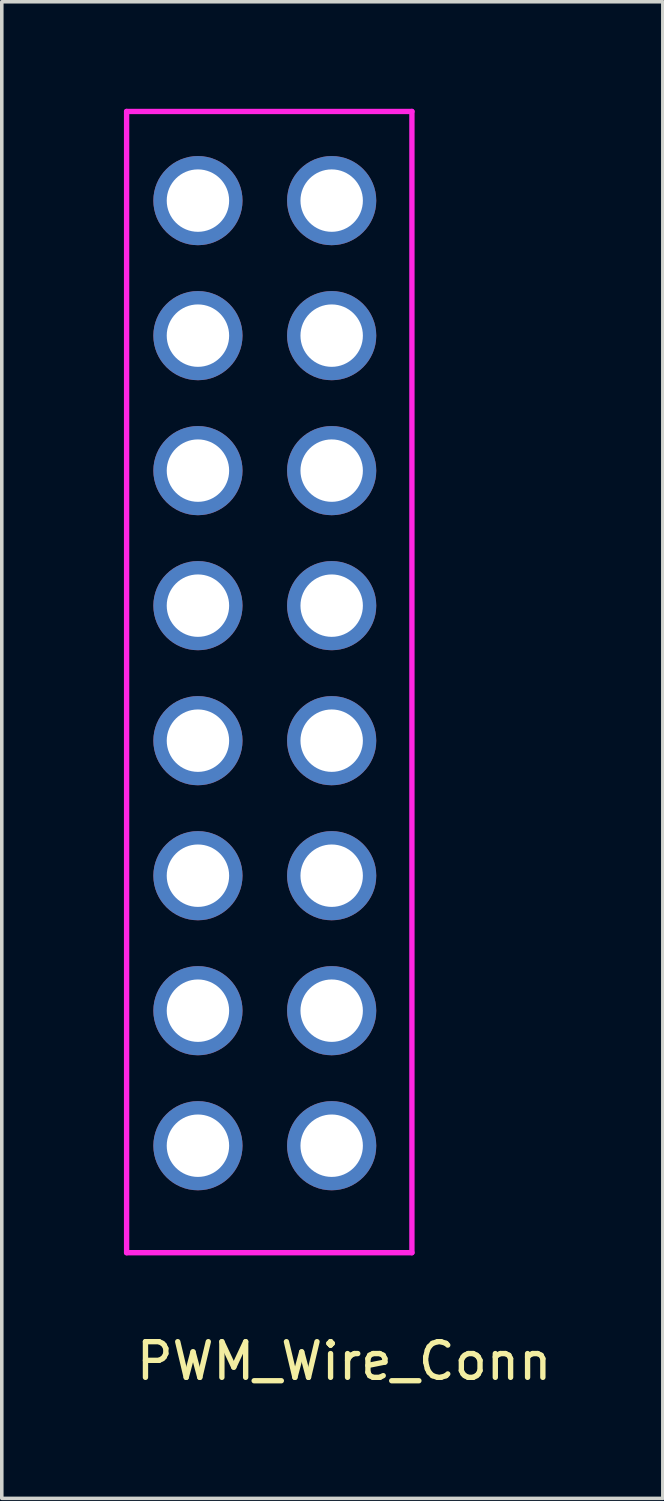
<source format=kicad_pcb>
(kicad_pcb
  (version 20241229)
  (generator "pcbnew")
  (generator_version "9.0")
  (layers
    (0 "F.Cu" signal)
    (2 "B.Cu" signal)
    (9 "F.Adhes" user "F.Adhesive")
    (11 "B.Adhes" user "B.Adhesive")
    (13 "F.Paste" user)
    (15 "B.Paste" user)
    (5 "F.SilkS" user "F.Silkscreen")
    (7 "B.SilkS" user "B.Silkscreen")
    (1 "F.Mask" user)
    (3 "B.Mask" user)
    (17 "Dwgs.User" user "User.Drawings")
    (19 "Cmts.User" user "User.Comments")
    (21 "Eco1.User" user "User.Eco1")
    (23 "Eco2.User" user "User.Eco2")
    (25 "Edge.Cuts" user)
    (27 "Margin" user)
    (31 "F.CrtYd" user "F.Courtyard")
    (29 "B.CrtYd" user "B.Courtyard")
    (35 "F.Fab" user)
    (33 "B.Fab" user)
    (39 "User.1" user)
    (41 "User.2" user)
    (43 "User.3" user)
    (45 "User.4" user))
  (footprint "PWM_Wire_Conn"
    (layer "F.Cu")
    (at 0.25 32.075)
    (property "Reference" "PWM_Wire_Conn" (at 6.35 3.04 0) (layer "F.SilkS") (effects (font (size 1 1) (thickness 0.15))))
    (attr through_hole)
    (fp_line (start 0.25 -32) (end 8.25 -32) (stroke (width 0.15) (type solid)) (layer "F.CrtYd"))
    (fp_line (start 0.25 0) (end 0.25 -32) (stroke (width 0.15) (type solid)) (layer "F.CrtYd"))
    (fp_line (start 8.25 -32) (end 8.25 0) (stroke (width 0.15) (type solid)) (layer "F.CrtYd"))
    (fp_line (start 8.25 0) (end 0.25 0) (stroke (width 0.15) (type solid)) (layer "F.CrtYd"))
    (pad "1" thru_hole circle (at 2.25 -29.5) (size 2.5 2.5) (drill 1.75) (layers "*.Cu" "*.Mask"))
    (pad "2" thru_hole circle (at 2.25 -25.714) (size 2.5 2.5) (drill 1.75) (layers "*.Cu" "*.Mask"))
    (pad "3" thru_hole circle (at 2.25 -21.929) (size 2.5 2.5) (drill 1.75) (layers "*.Cu" "*.Mask"))
    (pad "4" thru_hole circle (at 2.25 -18.143) (size 2.5 2.5) (drill 1.75) (layers "*.Cu" "*.Mask"))
    (pad "5" thru_hole circle (at 2.25 -14.357) (size 2.5 2.5) (drill 1.75) (layers "*.Cu" "*.Mask"))
    (pad "6" thru_hole circle (at 2.25 -10.571) (size 2.5 2.5) (drill 1.75) (layers "*.Cu" "*.Mask"))
    (pad "7" thru_hole circle (at 2.25 -6.786) (size 2.5 2.5) (drill 1.75) (layers "*.Cu" "*.Mask"))
    (pad "8" thru_hole circle (at 2.25 -3) (size 2.5 2.5) (drill 1.75) (layers "*.Cu" "*.Mask"))
    (pad "9" thru_hole circle (at 6 -29.5) (size 2.5 2.5) (drill 1.75) (layers "*.Cu" "*.Mask"))
    (pad "10" thru_hole circle (at 6 -25.714) (size 2.5 2.5) (drill 1.75) (layers "*.Cu" "*.Mask"))
    (pad "11" thru_hole circle (at 6 -21.929) (size 2.5 2.5) (drill 1.75) (layers "*.Cu" "*.Mask"))
    (pad "12" thru_hole circle (at 6 -18.143) (size 2.5 2.5) (drill 1.75) (layers "*.Cu" "*.Mask"))
    (pad "13" thru_hole circle (at 6 -14.357) (size 2.5 2.5) (drill 1.75) (layers "*.Cu" "*.Mask"))
    (pad "14" thru_hole circle (at 6 -10.571) (size 2.5 2.5) (drill 1.75) (layers "*.Cu" "*.Mask"))
    (pad "15" thru_hole circle (at 6 -6.786) (size 2.5 2.5) (drill 1.75) (layers "*.Cu" "*.Mask"))
    (pad "16" thru_hole circle (at 6 -3) (size 2.5 2.5) (drill 1.75) (layers "*.Cu" "*.Mask")))
  (gr_rect
    (start -3 -3)
    (end 15.535 38.963)
    (stroke (width 0.1) (type default))
    (fill no)
    (layer "Edge.Cuts")))
</source>
